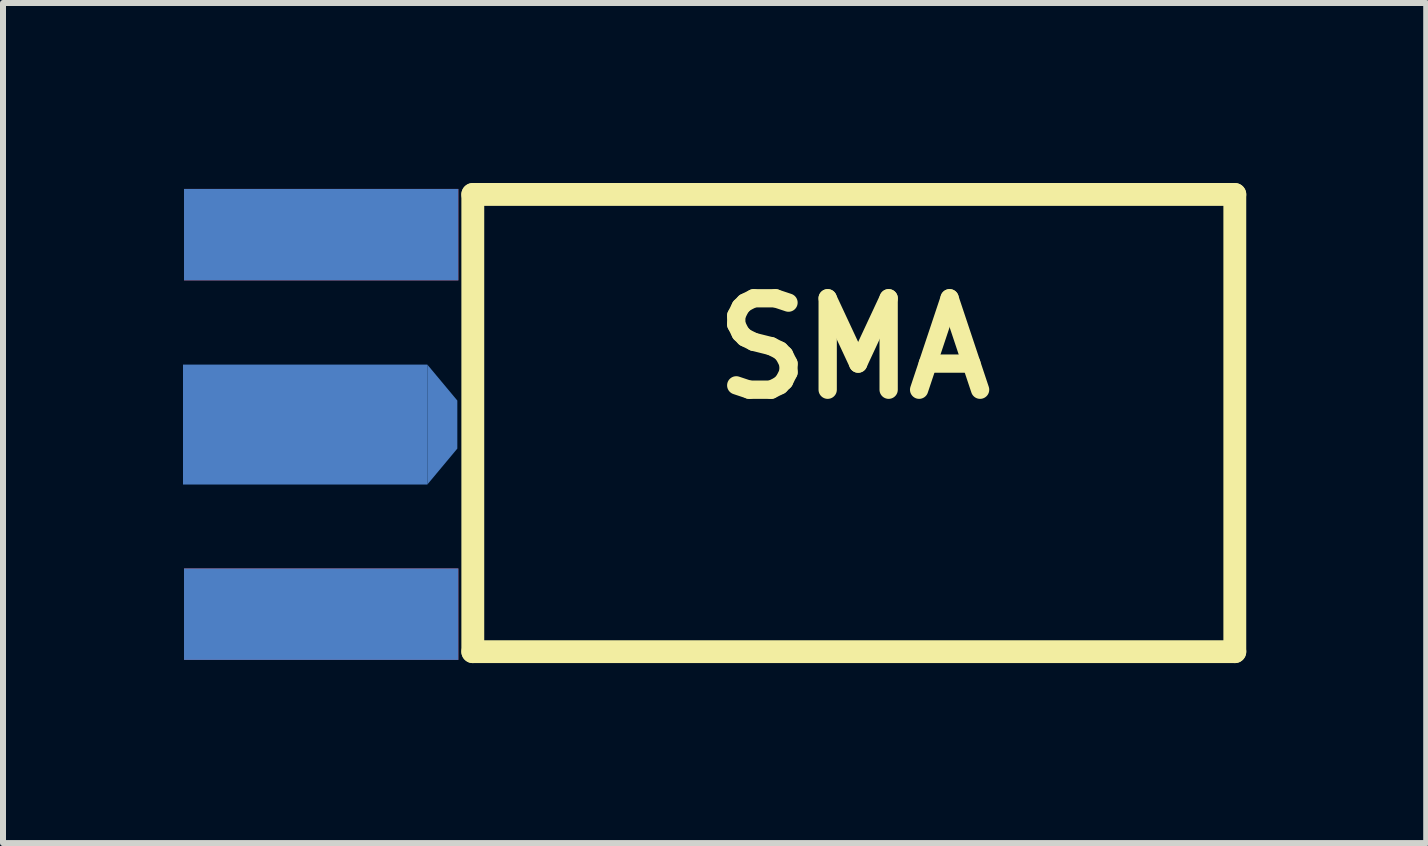
<source format=kicad_pcb>
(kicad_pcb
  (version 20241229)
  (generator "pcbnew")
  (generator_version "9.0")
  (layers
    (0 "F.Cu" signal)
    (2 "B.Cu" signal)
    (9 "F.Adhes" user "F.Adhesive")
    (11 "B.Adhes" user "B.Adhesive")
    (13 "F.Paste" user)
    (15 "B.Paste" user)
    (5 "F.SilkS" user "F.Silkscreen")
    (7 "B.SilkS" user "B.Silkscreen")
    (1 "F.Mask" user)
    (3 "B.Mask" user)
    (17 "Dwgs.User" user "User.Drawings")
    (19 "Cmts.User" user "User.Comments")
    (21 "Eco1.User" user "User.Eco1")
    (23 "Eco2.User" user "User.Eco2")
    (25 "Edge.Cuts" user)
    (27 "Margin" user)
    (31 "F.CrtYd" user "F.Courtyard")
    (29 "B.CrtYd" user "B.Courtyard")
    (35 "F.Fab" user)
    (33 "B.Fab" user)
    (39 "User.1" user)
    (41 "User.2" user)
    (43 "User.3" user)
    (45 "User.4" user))
  (footprint "SMA"
    (layer "F.Cu")
    (at 11.18 2.756)
    (property "Reference" "SMA" (at 0 0 0) (layer "F.SilkS") (effects (font (size 1.524 1.524) (thickness 0.305))))
    (attr through_hole)
    (fp_line (start -6.35 -2.565) (end -6.35 5.055) (stroke (width 0.381) (type solid)) (layer "F.SilkS"))
    (fp_line (start -6.35 5.055) (end 6.35 5.055) (stroke (width 0.381) (type solid)) (layer "F.SilkS"))
    (fp_line (start 6.35 -2.565) (end -6.35 -2.565) (stroke (width 0.381) (type solid)) (layer "F.SilkS"))
    (fp_line (start 6.35 5.055) (end 6.35 -2.565) (stroke (width 0.381) (type solid)) (layer "F.SilkS"))
    (pad "0" connect rect (at -8.877 -1.895) (size 4.572 1.524) (layers "*.Cu" "F.Mask"))
    (pad "1" connect rect (at -9.144 1.27) (size 4.072 1.999) (layers "F.Mask" "B.Cu"))
    (pad "1" connect trapezoid (at -6.858 1.27) (size 0.5 1.4) (rect_delta 0.599 0) (layers "F.Mask" "B.Cu"))
    (pad "2" connect rect (at -8.877 4.43) (size 4.572 1.524) (layers "*.Cu" "F.Mask")))
  (gr_rect
    (start -3 -3)
    (end 20.72 11.001)
    (stroke (width 0.1) (type default))
    (fill no)
    (layer "Edge.Cuts")))
</source>
